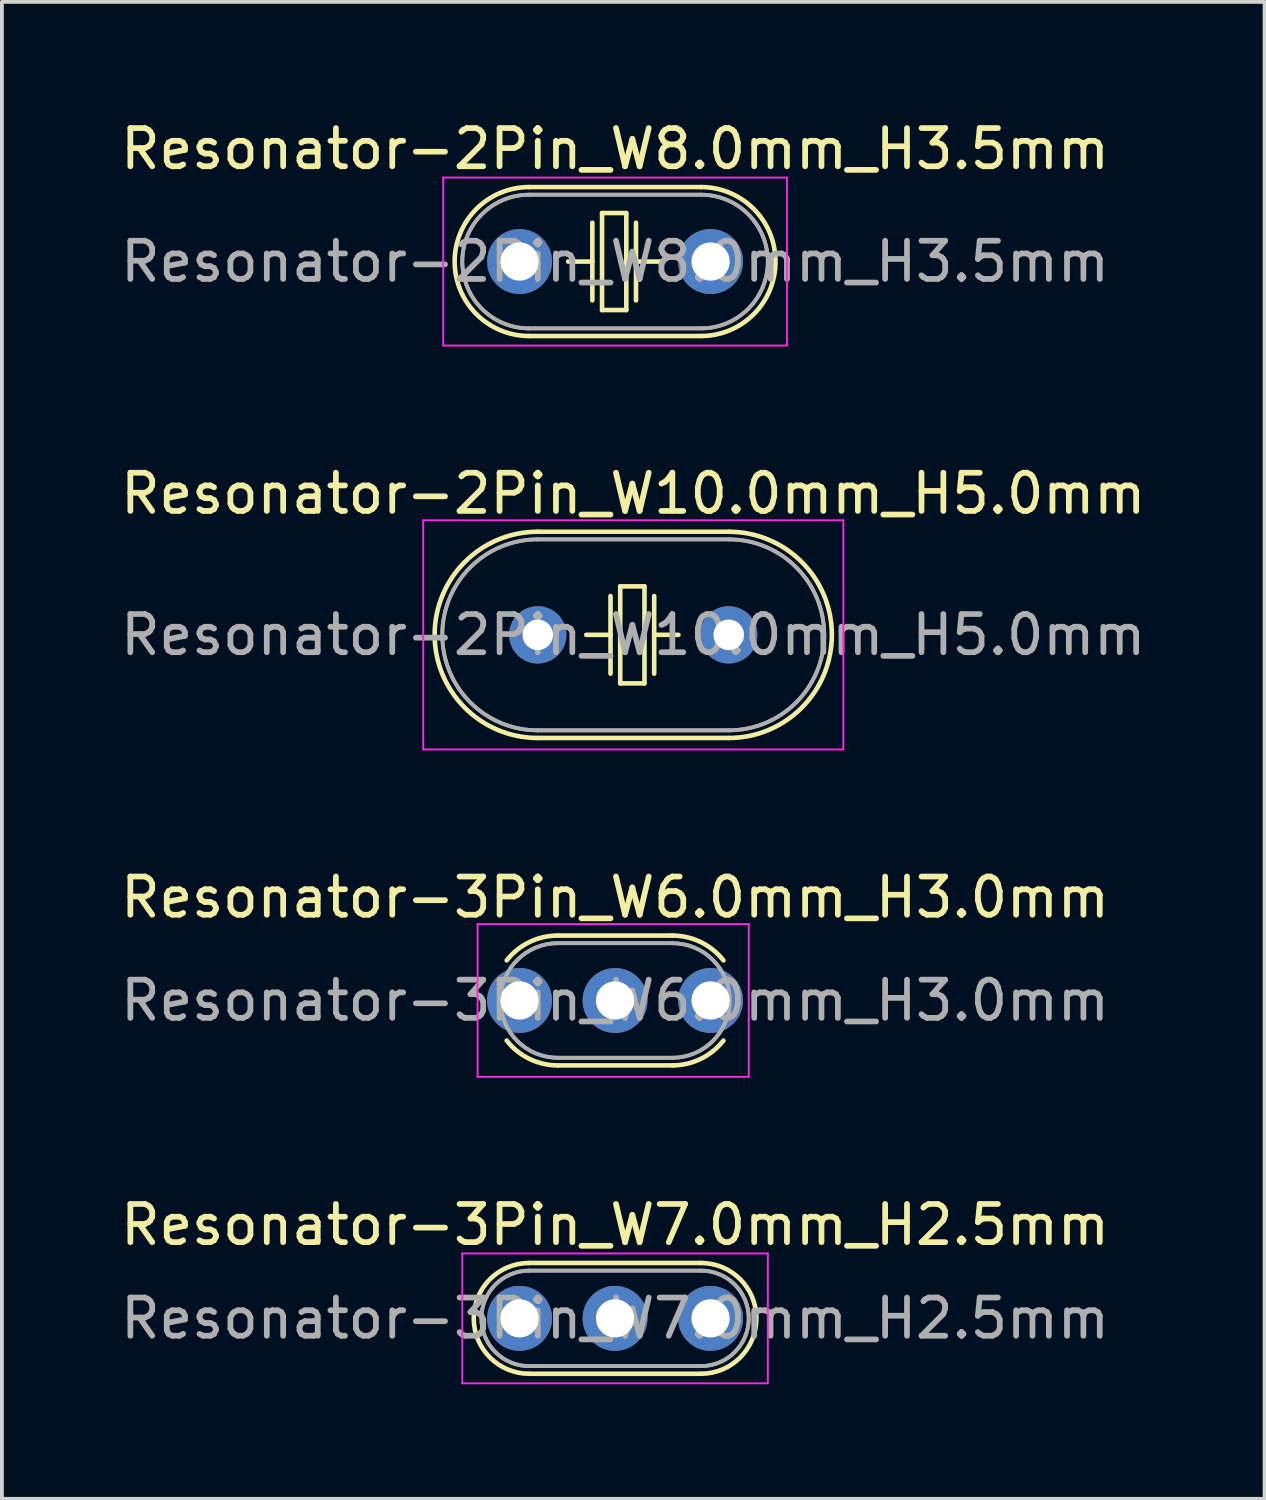
<source format=kicad_pcb>
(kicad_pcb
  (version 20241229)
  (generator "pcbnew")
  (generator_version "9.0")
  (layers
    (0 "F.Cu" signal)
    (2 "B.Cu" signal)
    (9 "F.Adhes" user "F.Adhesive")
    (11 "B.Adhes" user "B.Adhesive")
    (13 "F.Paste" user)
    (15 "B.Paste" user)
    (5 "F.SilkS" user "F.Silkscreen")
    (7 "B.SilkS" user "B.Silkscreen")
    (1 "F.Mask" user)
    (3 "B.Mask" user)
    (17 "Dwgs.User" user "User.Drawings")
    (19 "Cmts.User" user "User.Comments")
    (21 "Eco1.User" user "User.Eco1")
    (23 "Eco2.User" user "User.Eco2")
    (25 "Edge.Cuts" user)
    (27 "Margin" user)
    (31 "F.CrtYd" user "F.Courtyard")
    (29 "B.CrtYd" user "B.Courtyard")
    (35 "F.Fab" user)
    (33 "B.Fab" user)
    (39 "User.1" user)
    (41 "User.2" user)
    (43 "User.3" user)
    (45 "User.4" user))
  (footprint "Resonator-3Pin_W7.0mm_H2.5mm"
    (layer "F.Cu")
    (at 10.554 31.468)
    (property "Reference" "Resonator-3Pin_W7.0mm_H2.5mm" (at 2.5 -2.45 0) (layer "F.SilkS") (effects (font (size 1 1) (thickness 0.15))))
    (attr through_hole)
    (fp_line (start 0.25 -1.45) (end 4.75 -1.45) (stroke (width 0.12) (type solid)) (layer "F.SilkS"))
    (fp_line (start 0.25 1.45) (end 4.75 1.45) (stroke (width 0.12) (type solid)) (layer "F.SilkS"))
    (fp_arc (start 0.25 1.45) (mid -1.2 0) (end 0.25 -1.45) (stroke (width 0.12) (type solid)) (layer "F.SilkS"))
    (fp_arc (start 4.75 -1.45) (mid 6.2 0) (end 4.75 1.45) (stroke (width 0.12) (type solid)) (layer "F.SilkS"))
    (fp_line (start -1.5 -1.7) (end -1.5 1.7) (stroke (width 0.05) (type solid)) (layer "F.CrtYd"))
    (fp_line (start -1.5 1.7) (end 6.5 1.7) (stroke (width 0.05) (type solid)) (layer "F.CrtYd"))
    (fp_line (start 6.5 -1.7) (end -1.5 -1.7) (stroke (width 0.05) (type solid)) (layer "F.CrtYd"))
    (fp_line (start 6.5 1.7) (end 6.5 -1.7) (stroke (width 0.05) (type solid)) (layer "F.CrtYd"))
    (fp_line (start 0.25 -1.25) (end 4.75 -1.25) (stroke (width 0.1) (type solid)) (layer "F.Fab"))
    (fp_line (start 0.25 -1.25) (end 4.75 -1.25) (stroke (width 0.1) (type solid)) (layer "F.Fab"))
    (fp_line (start 0.25 1.25) (end 4.75 1.25) (stroke (width 0.1) (type solid)) (layer "F.Fab"))
    (fp_line (start 0.25 1.25) (end 4.75 1.25) (stroke (width 0.1) (type solid)) (layer "F.Fab"))
    (fp_arc (start 0.25 1.25) (mid -1 0) (end 0.25 -1.25) (stroke (width 0.1) (type solid)) (layer "F.Fab"))
    (fp_arc (start 0.25 1.25) (mid -1 0) (end 0.25 -1.25) (stroke (width 0.1) (type solid)) (layer "F.Fab"))
    (fp_arc (start 4.75 -1.25) (mid 6 0) (end 4.75 1.25) (stroke (width 0.1) (type solid)) (layer "F.Fab"))
    (fp_arc (start 4.75 -1.25) (mid 6 0) (end 4.75 1.25) (stroke (width 0.1) (type solid)) (layer "F.Fab"))
    (fp_text user "${REFERENCE}" (at 2.5 0 0) (layer "F.Fab") (effects (font (size 1 1) (thickness 0.15))))
    (pad "1" thru_hole circle (at 0 0) (size 1.7 1.7) (drill 1) (layers "*.Cu" "*.Mask"))
    (pad "2" thru_hole circle (at 2.5 0) (size 1.7 1.7) (drill 1) (layers "*.Cu" "*.Mask"))
    (pad "3" thru_hole circle (at 5 0) (size 1.7 1.7) (drill 1) (layers "*.Cu" "*.Mask")))
  (footprint "Resonator-2Pin_W10.0mm_H5.0mm"
    (layer "F.Cu")
    (at 11.03 13.572)
    (property "Reference" "Resonator-2Pin_W10.0mm_H5.0mm" (at 2.5 -3.7 0) (layer "F.SilkS") (effects (font (size 1 1) (thickness 0.15))))
    (attr through_hole)
    (fp_line (start 0 -2.7) (end 5 -2.7) (stroke (width 0.12) (type solid)) (layer "F.SilkS"))
    (fp_line (start 0 2.7) (end 5 2.7) (stroke (width 0.12) (type solid)) (layer "F.SilkS"))
    (fp_line (start 1.27 0) (end 1.905 0) (stroke (width 0.12) (type solid)) (layer "F.SilkS"))
    (fp_line (start 1.905 0) (end 1.905 -1.016) (stroke (width 0.12) (type solid)) (layer "F.SilkS"))
    (fp_line (start 1.905 0) (end 1.905 1.016) (stroke (width 0.12) (type solid)) (layer "F.SilkS"))
    (fp_line (start 2.159 -1.27) (end 2.159 1.27) (stroke (width 0.12) (type solid)) (layer "F.SilkS"))
    (fp_line (start 2.159 1.27) (end 2.794 1.27) (stroke (width 0.12) (type solid)) (layer "F.SilkS"))
    (fp_line (start 2.794 -1.27) (end 2.159 -1.27) (stroke (width 0.12) (type solid)) (layer "F.SilkS"))
    (fp_line (start 2.794 1.27) (end 2.794 -1.27) (stroke (width 0.12) (type solid)) (layer "F.SilkS"))
    (fp_line (start 3.048 0) (end 3.048 -1.016) (stroke (width 0.12) (type solid)) (layer "F.SilkS"))
    (fp_line (start 3.048 0) (end 3.048 1.016) (stroke (width 0.12) (type solid)) (layer "F.SilkS"))
    (fp_line (start 3.683 0) (end 3.048 0) (stroke (width 0.12) (type solid)) (layer "F.SilkS"))
    (fp_arc (start 0 2.7) (mid -2.7 0) (end 0 -2.7) (stroke (width 0.12) (type solid)) (layer "F.SilkS"))
    (fp_arc (start 5 -2.7) (mid 7.7 0) (end 5 2.7) (stroke (width 0.12) (type solid)) (layer "F.SilkS"))
    (fp_line (start -3 -3) (end -3 3) (stroke (width 0.05) (type solid)) (layer "F.CrtYd"))
    (fp_line (start -3 3) (end 8 3) (stroke (width 0.05) (type solid)) (layer "F.CrtYd"))
    (fp_line (start 8 -3) (end -3 -3) (stroke (width 0.05) (type solid)) (layer "F.CrtYd"))
    (fp_line (start 8 3) (end 8 -3) (stroke (width 0.05) (type solid)) (layer "F.CrtYd"))
    (fp_line (start 0 -2.5) (end 5 -2.5) (stroke (width 0.1) (type solid)) (layer "F.Fab"))
    (fp_line (start 0 -2.5) (end 5 -2.5) (stroke (width 0.1) (type solid)) (layer "F.Fab"))
    (fp_line (start 0 2.5) (end 5 2.5) (stroke (width 0.1) (type solid)) (layer "F.Fab"))
    (fp_line (start 0 2.5) (end 5 2.5) (stroke (width 0.1) (type solid)) (layer "F.Fab"))
    (fp_arc (start 0 2.5) (mid -2.5 0) (end 0 -2.5) (stroke (width 0.1) (type solid)) (layer "F.Fab"))
    (fp_arc (start 0 2.5) (mid -2.5 0) (end 0 -2.5) (stroke (width 0.1) (type solid)) (layer "F.Fab"))
    (fp_arc (start 5 -2.5) (mid 7.5 0) (end 5 2.5) (stroke (width 0.1) (type solid)) (layer "F.Fab"))
    (fp_arc (start 5 -2.5) (mid 7.5 0) (end 5 2.5) (stroke (width 0.1) (type solid)) (layer "F.Fab"))
    (fp_text user "${REFERENCE}" (at 2.5 0 0) (layer "F.Fab") (effects (font (size 1 1) (thickness 0.15))))
    (pad "1" thru_hole circle (at 0 0) (size 1.5 1.5) (drill 0.8) (layers "*.Cu" "*.Mask"))
    (pad "2" thru_hole circle (at 5 0) (size 1.5 1.5) (drill 0.8) (layers "*.Cu" "*.Mask")))
  (footprint "Resonator-3Pin_W6.0mm_H3.0mm"
    (layer "F.Cu")
    (at 10.554 23.145)
    (property "Reference" "Resonator-3Pin_W6.0mm_H3.0mm" (at 2.5 -2.7 0) (layer "F.SilkS") (effects (font (size 1 1) (thickness 0.15))))
    (attr through_hole)
    (fp_line (start 1 -1.7) (end 4 -1.7) (stroke (width 0.12) (type solid)) (layer "F.SilkS"))
    (fp_line (start 1 1.7) (end 4 1.7) (stroke (width 0.12) (type solid)) (layer "F.SilkS"))
    (fp_arc (start -0.33779 -1.048961) (mid 0.256102 -1.5286) (end 1 -1.7) (stroke (width 0.12) (type solid)) (layer "F.SilkS"))
    (fp_arc (start 1 1.7) (mid 0.256103 1.5286) (end -0.33779 1.048961) (stroke (width 0.12) (type solid)) (layer "F.SilkS"))
    (fp_arc (start 4 -1.7) (mid 4.743897 -1.5286) (end 5.33779 -1.048961) (stroke (width 0.12) (type solid)) (layer "F.SilkS"))
    (fp_arc (start 5.33779 1.048961) (mid 4.743898 1.5286) (end 4 1.7) (stroke (width 0.12) (type solid)) (layer "F.SilkS"))
    (fp_line (start -1.1 -2) (end -1.1 2) (stroke (width 0.05) (type solid)) (layer "F.CrtYd"))
    (fp_line (start -1.1 2) (end 6 2) (stroke (width 0.05) (type solid)) (layer "F.CrtYd"))
    (fp_line (start 6 -2) (end -1.1 -2) (stroke (width 0.05) (type solid)) (layer "F.CrtYd"))
    (fp_line (start 6 2) (end 6 -2) (stroke (width 0.05) (type solid)) (layer "F.CrtYd"))
    (fp_line (start 1 -1.5) (end 4 -1.5) (stroke (width 0.1) (type solid)) (layer "F.Fab"))
    (fp_line (start 1 -1.5) (end 4 -1.5) (stroke (width 0.1) (type solid)) (layer "F.Fab"))
    (fp_line (start 1 1.5) (end 4 1.5) (stroke (width 0.1) (type solid)) (layer "F.Fab"))
    (fp_line (start 1 1.5) (end 4 1.5) (stroke (width 0.1) (type solid)) (layer "F.Fab"))
    (fp_arc (start 1 1.5) (mid -0.5 0) (end 1 -1.5) (stroke (width 0.1) (type solid)) (layer "F.Fab"))
    (fp_arc (start 1 1.5) (mid -0.5 0) (end 1 -1.5) (stroke (width 0.1) (type solid)) (layer "F.Fab"))
    (fp_arc (start 4 -1.5) (mid 5.5 0) (end 4 1.5) (stroke (width 0.1) (type solid)) (layer "F.Fab"))
    (fp_arc (start 4 -1.5) (mid 5.5 0) (end 4 1.5) (stroke (width 0.1) (type solid)) (layer "F.Fab"))
    (fp_text user "${REFERENCE}" (at 2.5 0 0) (layer "F.Fab") (effects (font (size 1 1) (thickness 0.15))))
    (pad "1" thru_hole circle (at 0 0) (size 1.7 1.7) (drill 1) (layers "*.Cu" "*.Mask"))
    (pad "2" thru_hole circle (at 2.5 0) (size 1.7 1.7) (drill 1) (layers "*.Cu" "*.Mask"))
    (pad "3" thru_hole circle (at 5 0) (size 1.7 1.7) (drill 1) (layers "*.Cu" "*.Mask")))
  (footprint "Resonator-2Pin_W8.0mm_H3.5mm"
    (layer "F.Cu")
    (at 10.554 3.798)
    (property "Reference" "Resonator-2Pin_W8.0mm_H3.5mm" (at 2.5 -2.95 0) (layer "F.SilkS") (effects (font (size 1 1) (thickness 0.15))))
    (attr through_hole)
    (fp_line (start 0.25 -1.95) (end 4.75 -1.95) (stroke (width 0.12) (type solid)) (layer "F.SilkS"))
    (fp_line (start 0.25 1.95) (end 4.75 1.95) (stroke (width 0.12) (type solid)) (layer "F.SilkS"))
    (fp_line (start 1.27 0) (end 1.905 0) (stroke (width 0.12) (type solid)) (layer "F.SilkS"))
    (fp_line (start 1.905 0) (end 1.905 -1.016) (stroke (width 0.12) (type solid)) (layer "F.SilkS"))
    (fp_line (start 1.905 0) (end 1.905 1.016) (stroke (width 0.12) (type solid)) (layer "F.SilkS"))
    (fp_line (start 2.159 -1.27) (end 2.159 1.27) (stroke (width 0.12) (type solid)) (layer "F.SilkS"))
    (fp_line (start 2.159 1.27) (end 2.794 1.27) (stroke (width 0.12) (type solid)) (layer "F.SilkS"))
    (fp_line (start 2.794 -1.27) (end 2.159 -1.27) (stroke (width 0.12) (type solid)) (layer "F.SilkS"))
    (fp_line (start 2.794 1.27) (end 2.794 -1.27) (stroke (width 0.12) (type solid)) (layer "F.SilkS"))
    (fp_line (start 3.048 0) (end 3.048 -1.016) (stroke (width 0.12) (type solid)) (layer "F.SilkS"))
    (fp_line (start 3.048 0) (end 3.048 1.016) (stroke (width 0.12) (type solid)) (layer "F.SilkS"))
    (fp_line (start 3.683 0) (end 3.048 0) (stroke (width 0.12) (type solid)) (layer "F.SilkS"))
    (fp_arc (start 0.25 1.95) (mid -1.7 0) (end 0.25 -1.95) (stroke (width 0.12) (type solid)) (layer "F.SilkS"))
    (fp_arc (start 4.75 -1.95) (mid 6.7 0) (end 4.75 1.95) (stroke (width 0.12) (type solid)) (layer "F.SilkS"))
    (fp_line (start -2 -2.2) (end -2 2.2) (stroke (width 0.05) (type solid)) (layer "F.CrtYd"))
    (fp_line (start -2 2.2) (end 7 2.2) (stroke (width 0.05) (type solid)) (layer "F.CrtYd"))
    (fp_line (start 7 -2.2) (end -2 -2.2) (stroke (width 0.05) (type solid)) (layer "F.CrtYd"))
    (fp_line (start 7 2.2) (end 7 -2.2) (stroke (width 0.05) (type solid)) (layer "F.CrtYd"))
    (fp_line (start 0.25 -1.75) (end 4.75 -1.75) (stroke (width 0.1) (type solid)) (layer "F.Fab"))
    (fp_line (start 0.25 -1.75) (end 4.75 -1.75) (stroke (width 0.1) (type solid)) (layer "F.Fab"))
    (fp_line (start 0.25 1.75) (end 4.75 1.75) (stroke (width 0.1) (type solid)) (layer "F.Fab"))
    (fp_line (start 0.25 1.75) (end 4.75 1.75) (stroke (width 0.1) (type solid)) (layer "F.Fab"))
    (fp_arc (start 0.25 1.75) (mid -1.5 0) (end 0.25 -1.75) (stroke (width 0.1) (type solid)) (layer "F.Fab"))
    (fp_arc (start 0.25 1.75) (mid -1.5 0) (end 0.25 -1.75) (stroke (width 0.1) (type solid)) (layer "F.Fab"))
    (fp_arc (start 4.75 -1.75) (mid 6.5 0) (end 4.75 1.75) (stroke (width 0.1) (type solid)) (layer "F.Fab"))
    (fp_arc (start 4.75 -1.75) (mid 6.5 0) (end 4.75 1.75) (stroke (width 0.1) (type solid)) (layer "F.Fab"))
    (fp_text user "${REFERENCE}" (at 2.5 0 0) (layer "F.Fab") (effects (font (size 1 1) (thickness 0.15))))
    (pad "1" thru_hole circle (at 0 0) (size 1.7 1.7) (drill 1) (layers "*.Cu" "*.Mask"))
    (pad "2" thru_hole circle (at 5 0) (size 1.7 1.7) (drill 1) (layers "*.Cu" "*.Mask")))
  (gr_rect
    (start -3 -3)
    (end 30.06 36.193)
    (stroke (width 0.1) (type default))
    (fill no)
    (layer "Edge.Cuts")))
</source>
